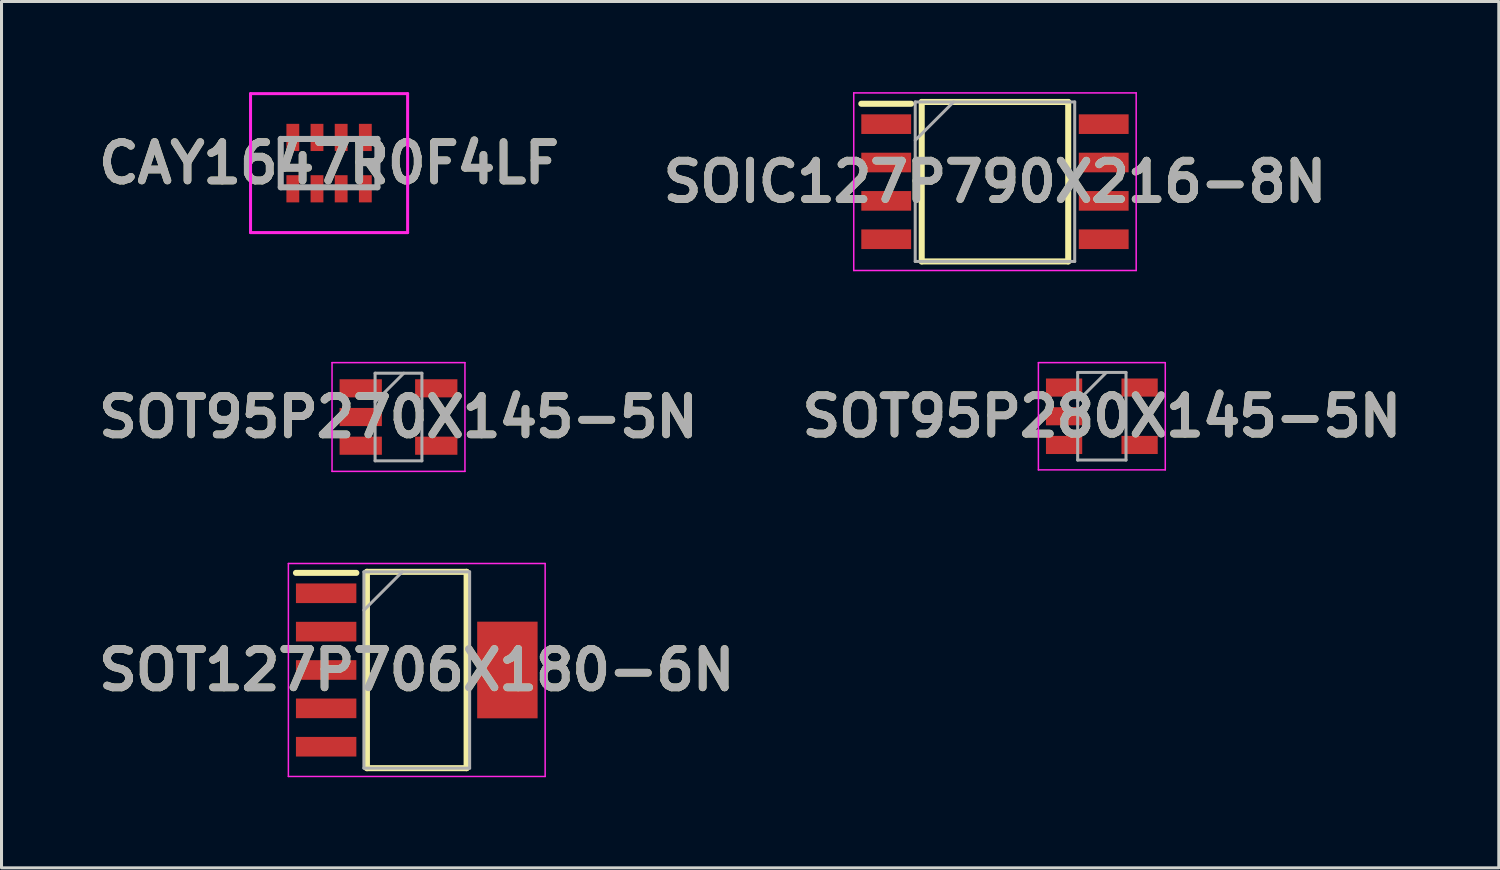
<source format=kicad_pcb>
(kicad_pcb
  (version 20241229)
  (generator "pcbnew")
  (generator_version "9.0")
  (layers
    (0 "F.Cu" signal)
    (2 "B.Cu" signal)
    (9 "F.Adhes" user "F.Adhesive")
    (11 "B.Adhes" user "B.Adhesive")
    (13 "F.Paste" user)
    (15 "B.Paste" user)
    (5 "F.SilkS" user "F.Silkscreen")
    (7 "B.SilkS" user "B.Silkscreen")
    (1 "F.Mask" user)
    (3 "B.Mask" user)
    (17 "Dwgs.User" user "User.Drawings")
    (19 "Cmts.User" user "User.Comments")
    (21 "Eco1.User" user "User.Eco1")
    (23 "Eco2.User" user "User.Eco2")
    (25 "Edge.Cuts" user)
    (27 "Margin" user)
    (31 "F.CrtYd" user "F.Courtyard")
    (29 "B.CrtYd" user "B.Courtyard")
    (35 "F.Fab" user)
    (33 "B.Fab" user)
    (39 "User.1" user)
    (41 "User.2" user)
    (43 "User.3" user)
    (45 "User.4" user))
  (footprint "SOT95P280X145-5N"
    (layer "F.Cu")
    (at 33.426 10.73)
    (property "Reference" "SOT95P280X145-5N" (at 0 0 0) (layer "F.SilkS") (effects (font (size 1.27 1.27) (thickness 0.254))))
    (attr smd)
    (fp_line (start -2.1 -1.775) (end 2.1 -1.775) (stroke (width 0.05) (type solid)) (layer "F.CrtYd"))
    (fp_line (start -2.1 1.775) (end -2.1 -1.775) (stroke (width 0.05) (type solid)) (layer "F.CrtYd"))
    (fp_line (start 2.1 -1.775) (end 2.1 1.775) (stroke (width 0.05) (type solid)) (layer "F.CrtYd"))
    (fp_line (start 2.1 1.775) (end -2.1 1.775) (stroke (width 0.05) (type solid)) (layer "F.CrtYd"))
    (fp_line (start -0.8 -1.45) (end 0.8 -1.45) (stroke (width 0.1) (type solid)) (layer "F.Fab"))
    (fp_line (start -0.8 -0.5) (end 0.15 -1.45) (stroke (width 0.1) (type solid)) (layer "F.Fab"))
    (fp_line (start -0.8 1.45) (end -0.8 -1.45) (stroke (width 0.1) (type solid)) (layer "F.Fab"))
    (fp_line (start 0.8 -1.45) (end 0.8 1.45) (stroke (width 0.1) (type solid)) (layer "F.Fab"))
    (fp_line (start 0.8 1.45) (end -0.8 1.45) (stroke (width 0.1) (type solid)) (layer "F.Fab"))
    (fp_text user "${REFERENCE}" (at 0 0 0) (layer "F.Fab") (effects (font (size 1.27 1.27) (thickness 0.254))))
    (pad "1" smd rect (at -1.25 -0.95 90) (size 0.6 1.2) (layers "F.Cu" "F.Mask" "F.Paste"))
    (pad "2" smd rect (at -1.25 0 90) (size 0.6 1.2) (layers "F.Cu" "F.Mask" "F.Paste"))
    (pad "3" smd rect (at -1.25 0.95 90) (size 0.6 1.2) (layers "F.Cu" "F.Mask" "F.Paste"))
    (pad "4" smd rect (at 1.25 0.95 90) (size 0.6 1.2) (layers "F.Cu" "F.Mask" "F.Paste"))
    (pad "5" smd rect (at 1.25 -0.95 90) (size 0.6 1.2) (layers "F.Cu" "F.Mask" "F.Paste")))
  (footprint "SOT95P270X145-5N"
    (layer "F.Cu")
    (at 10.142 10.755)
    (property "Reference" "SOT95P270X145-5N" (at 0 0 0) (layer "F.SilkS") (effects (font (size 1.27 1.27) (thickness 0.254))))
    (attr smd)
    (fp_line (start -2.2 -1.8) (end 2.2 -1.8) (stroke (width 0.05) (type solid)) (layer "F.CrtYd"))
    (fp_line (start -2.2 1.8) (end -2.2 -1.8) (stroke (width 0.05) (type solid)) (layer "F.CrtYd"))
    (fp_line (start 2.2 -1.8) (end 2.2 1.8) (stroke (width 0.05) (type solid)) (layer "F.CrtYd"))
    (fp_line (start 2.2 1.8) (end -2.2 1.8) (stroke (width 0.05) (type solid)) (layer "F.CrtYd"))
    (fp_line (start -0.775 -1.45) (end 0.775 -1.45) (stroke (width 0.1) (type solid)) (layer "F.Fab"))
    (fp_line (start -0.775 -0.5) (end 0.175 -1.45) (stroke (width 0.1) (type solid)) (layer "F.Fab"))
    (fp_line (start -0.775 1.45) (end -0.775 -1.45) (stroke (width 0.1) (type solid)) (layer "F.Fab"))
    (fp_line (start 0.775 -1.45) (end 0.775 1.45) (stroke (width 0.1) (type solid)) (layer "F.Fab"))
    (fp_line (start 0.775 1.45) (end -0.775 1.45) (stroke (width 0.1) (type solid)) (layer "F.Fab"))
    (fp_text user "${REFERENCE}" (at 0 0 0) (layer "F.Fab") (effects (font (size 1.27 1.27) (thickness 0.254))))
    (pad "1" smd rect (at -1.25 -0.95 90) (size 0.6 1.4) (layers "F.Cu" "F.Mask" "F.Paste"))
    (pad "2" smd rect (at -1.25 0 90) (size 0.6 1.4) (layers "F.Cu" "F.Mask" "F.Paste"))
    (pad "3" smd rect (at -1.25 0.95 90) (size 0.6 1.4) (layers "F.Cu" "F.Mask" "F.Paste"))
    (pad "4" smd rect (at 1.25 0.95 90) (size 0.6 1.4) (layers "F.Cu" "F.Mask" "F.Paste"))
    (pad "5" smd rect (at 1.25 -0.95 90) (size 0.6 1.4) (layers "F.Cu" "F.Mask" "F.Paste")))
  (footprint "SOT127P706X180-6N"
    (layer "F.Cu")
    (at 10.747 19.13)
    (property "Reference" "SOT127P706X180-6N" (at 0 0 0) (layer "F.SilkS") (effects (font (size 1.27 1.27) (thickness 0.254))))
    (attr smd)
    (fp_line (start -4 -3.215) (end -2 -3.215) (stroke (width 0.2) (type solid)) (layer "F.SilkS"))
    (fp_line (start -1.65 -3.25) (end 1.65 -3.25) (stroke (width 0.2) (type solid)) (layer "F.SilkS"))
    (fp_line (start -1.65 3.25) (end -1.65 -3.25) (stroke (width 0.2) (type solid)) (layer "F.SilkS"))
    (fp_line (start 1.65 -3.25) (end 1.65 3.25) (stroke (width 0.2) (type solid)) (layer "F.SilkS"))
    (fp_line (start 1.65 3.25) (end -1.65 3.25) (stroke (width 0.2) (type solid)) (layer "F.SilkS"))
    (fp_line (start -4.25 -3.525) (end 4.25 -3.525) (stroke (width 0.05) (type solid)) (layer "F.CrtYd"))
    (fp_line (start -4.25 3.525) (end -4.25 -3.525) (stroke (width 0.05) (type solid)) (layer "F.CrtYd"))
    (fp_line (start 4.25 -3.525) (end 4.25 3.525) (stroke (width 0.05) (type solid)) (layer "F.CrtYd"))
    (fp_line (start 4.25 3.525) (end -4.25 3.525) (stroke (width 0.05) (type solid)) (layer "F.CrtYd"))
    (fp_line (start -1.75 -3.25) (end 1.75 -3.25) (stroke (width 0.1) (type solid)) (layer "F.Fab"))
    (fp_line (start -1.75 -1.98) (end -0.48 -3.25) (stroke (width 0.1) (type solid)) (layer "F.Fab"))
    (fp_line (start -1.75 3.25) (end -1.75 -3.25) (stroke (width 0.1) (type solid)) (layer "F.Fab"))
    (fp_line (start 1.75 -3.25) (end 1.75 3.25) (stroke (width 0.1) (type solid)) (layer "F.Fab"))
    (fp_line (start 1.75 3.25) (end -1.75 3.25) (stroke (width 0.1) (type solid)) (layer "F.Fab"))
    (fp_text user "${REFERENCE}" (at 0 0 0) (layer "F.Fab") (effects (font (size 1.27 1.27) (thickness 0.254))))
    (pad "1" smd rect (at -3 -2.54 90) (size 0.65 2) (layers "F.Cu" "F.Mask" "F.Paste"))
    (pad "2" smd rect (at -3 -1.27 90) (size 0.65 2) (layers "F.Cu" "F.Mask" "F.Paste"))
    (pad "3" smd rect (at -3 0 90) (size 0.65 2) (layers "F.Cu" "F.Mask" "F.Paste"))
    (pad "4" smd rect (at -3 1.27 90) (size 0.65 2) (layers "F.Cu" "F.Mask" "F.Paste"))
    (pad "5" smd rect (at -3 2.54 90) (size 0.65 2) (layers "F.Cu" "F.Mask" "F.Paste"))
    (pad "6" smd rect (at 3 0) (size 2 3.2) (layers "F.Cu" "F.Mask" "F.Paste")))
  (footprint "SOIC127P790X216-8N"
    (layer "F.Cu")
    (at 29.888 2.965)
    (property "Reference" "SOIC127P790X216-8N" (at 0 0 0) (layer "F.SilkS") (effects (font (size 1.27 1.27) (thickness 0.254))))
    (attr smd)
    (fp_line (start -4.425 -2.58) (end -2.775 -2.58) (stroke (width 0.2) (type solid)) (layer "F.SilkS"))
    (fp_line (start -2.425 -2.64) (end 2.425 -2.64) (stroke (width 0.2) (type solid)) (layer "F.SilkS"))
    (fp_line (start -2.425 2.64) (end -2.425 -2.64) (stroke (width 0.2) (type solid)) (layer "F.SilkS"))
    (fp_line (start 2.425 -2.64) (end 2.425 2.64) (stroke (width 0.2) (type solid)) (layer "F.SilkS"))
    (fp_line (start 2.425 2.64) (end -2.425 2.64) (stroke (width 0.2) (type solid)) (layer "F.SilkS"))
    (fp_line (start -4.675 -2.94) (end 4.675 -2.94) (stroke (width 0.05) (type solid)) (layer "F.CrtYd"))
    (fp_line (start -4.675 2.94) (end -4.675 -2.94) (stroke (width 0.05) (type solid)) (layer "F.CrtYd"))
    (fp_line (start 4.675 -2.94) (end 4.675 2.94) (stroke (width 0.05) (type solid)) (layer "F.CrtYd"))
    (fp_line (start 4.675 2.94) (end -4.675 2.94) (stroke (width 0.05) (type solid)) (layer "F.CrtYd"))
    (fp_line (start -2.64 -2.64) (end 2.64 -2.64) (stroke (width 0.1) (type solid)) (layer "F.Fab"))
    (fp_line (start -2.64 -1.37) (end -1.37 -2.64) (stroke (width 0.1) (type solid)) (layer "F.Fab"))
    (fp_line (start -2.64 2.64) (end -2.64 -2.64) (stroke (width 0.1) (type solid)) (layer "F.Fab"))
    (fp_line (start 2.64 -2.64) (end 2.64 2.64) (stroke (width 0.1) (type solid)) (layer "F.Fab"))
    (fp_line (start 2.64 2.64) (end -2.64 2.64) (stroke (width 0.1) (type solid)) (layer "F.Fab"))
    (fp_text user "${REFERENCE}" (at 0 0 0) (layer "F.Fab") (effects (font (size 1.27 1.27) (thickness 0.254))))
    (pad "1" smd rect (at -3.6 -1.905 90) (size 0.65 1.65) (layers "F.Cu" "F.Mask" "F.Paste"))
    (pad "2" smd rect (at -3.6 -0.635 90) (size 0.65 1.65) (layers "F.Cu" "F.Mask" "F.Paste"))
    (pad "3" smd rect (at -3.6 0.635 90) (size 0.65 1.65) (layers "F.Cu" "F.Mask" "F.Paste"))
    (pad "4" smd rect (at -3.6 1.905 90) (size 0.65 1.65) (layers "F.Cu" "F.Mask" "F.Paste"))
    (pad "5" smd rect (at 3.6 1.905 90) (size 0.65 1.65) (layers "F.Cu" "F.Mask" "F.Paste"))
    (pad "6" smd rect (at 3.6 0.635 90) (size 0.65 1.65) (layers "F.Cu" "F.Mask" "F.Paste"))
    (pad "7" smd rect (at 3.6 -0.635 90) (size 0.65 1.65) (layers "F.Cu" "F.Mask" "F.Paste"))
    (pad "8" smd rect (at 3.6 -1.905 90) (size 0.65 1.65) (layers "F.Cu" "F.Mask" "F.Paste")))
  (footprint "CAY1647R0F4LF"
    (layer "F.Cu")
    (at 7.844 2.35)
    (property "Reference" "CAY1647R0F4LF" (at 0 0 0) (layer "F.SilkS") (effects (font (size 1.27 1.27) (thickness 0.254))))
    (attr smd)
    (fp_line (start -1.6 -0.85) (end -1.6 0.8) (stroke (width 0.1) (type solid)) (layer "F.SilkS"))
    (fp_line (start 1.6 -0.85) (end 1.6 0.8) (stroke (width 0.1) (type solid)) (layer "F.SilkS"))
    (fp_line (start -2.6 -2.3) (end 2.6 -2.3) (stroke (width 0.1) (type solid)) (layer "F.CrtYd"))
    (fp_line (start -2.6 2.3) (end -2.6 -2.3) (stroke (width 0.1) (type solid)) (layer "F.CrtYd"))
    (fp_line (start 2.6 -2.3) (end 2.6 2.3) (stroke (width 0.1) (type solid)) (layer "F.CrtYd"))
    (fp_line (start 2.6 2.3) (end -2.6 2.3) (stroke (width 0.1) (type solid)) (layer "F.CrtYd"))
    (fp_line (start -1.6 -0.8) (end 1.6 -0.8) (stroke (width 0.2) (type solid)) (layer "F.Fab"))
    (fp_line (start -1.6 0.8) (end -1.6 -0.8) (stroke (width 0.2) (type solid)) (layer "F.Fab"))
    (fp_line (start 1.6 -0.8) (end 1.6 0.8) (stroke (width 0.2) (type solid)) (layer "F.Fab"))
    (fp_line (start 1.6 0.8) (end -1.6 0.8) (stroke (width 0.2) (type solid)) (layer "F.Fab"))
    (fp_text user "${REFERENCE}" (at 0 0 0) (layer "F.Fab") (effects (font (size 1.27 1.27) (thickness 0.254))))
    (pad "1" smd rect (at -1.2 0.85) (size 0.425 0.9) (layers "F.Cu" "F.Mask" "F.Paste"))
    (pad "2" smd rect (at -0.4 0.85) (size 0.425 0.9) (layers "F.Cu" "F.Mask" "F.Paste"))
    (pad "3" smd rect (at 0.4 0.85) (size 0.425 0.9) (layers "F.Cu" "F.Mask" "F.Paste"))
    (pad "4" smd rect (at 1.2 0.85) (size 0.425 0.9) (layers "F.Cu" "F.Mask" "F.Paste"))
    (pad "5" smd rect (at 1.2 -0.85) (size 0.425 0.9) (layers "F.Cu" "F.Mask" "F.Paste"))
    (pad "6" smd rect (at 0.4 -0.85) (size 0.425 0.9) (layers "F.Cu" "F.Mask" "F.Paste"))
    (pad "7" smd rect (at -0.4 -0.85) (size 0.425 0.9) (layers "F.Cu" "F.Mask" "F.Paste"))
    (pad "8" smd rect (at -1.2 -0.85) (size 0.425 0.9) (layers "F.Cu" "F.Mask" "F.Paste")))
  (gr_rect
    (start -3 -3)
    (end 46.567 25.68)
    (stroke (width 0.1) (type default))
    (fill no)
    (layer "Edge.Cuts")))
</source>
